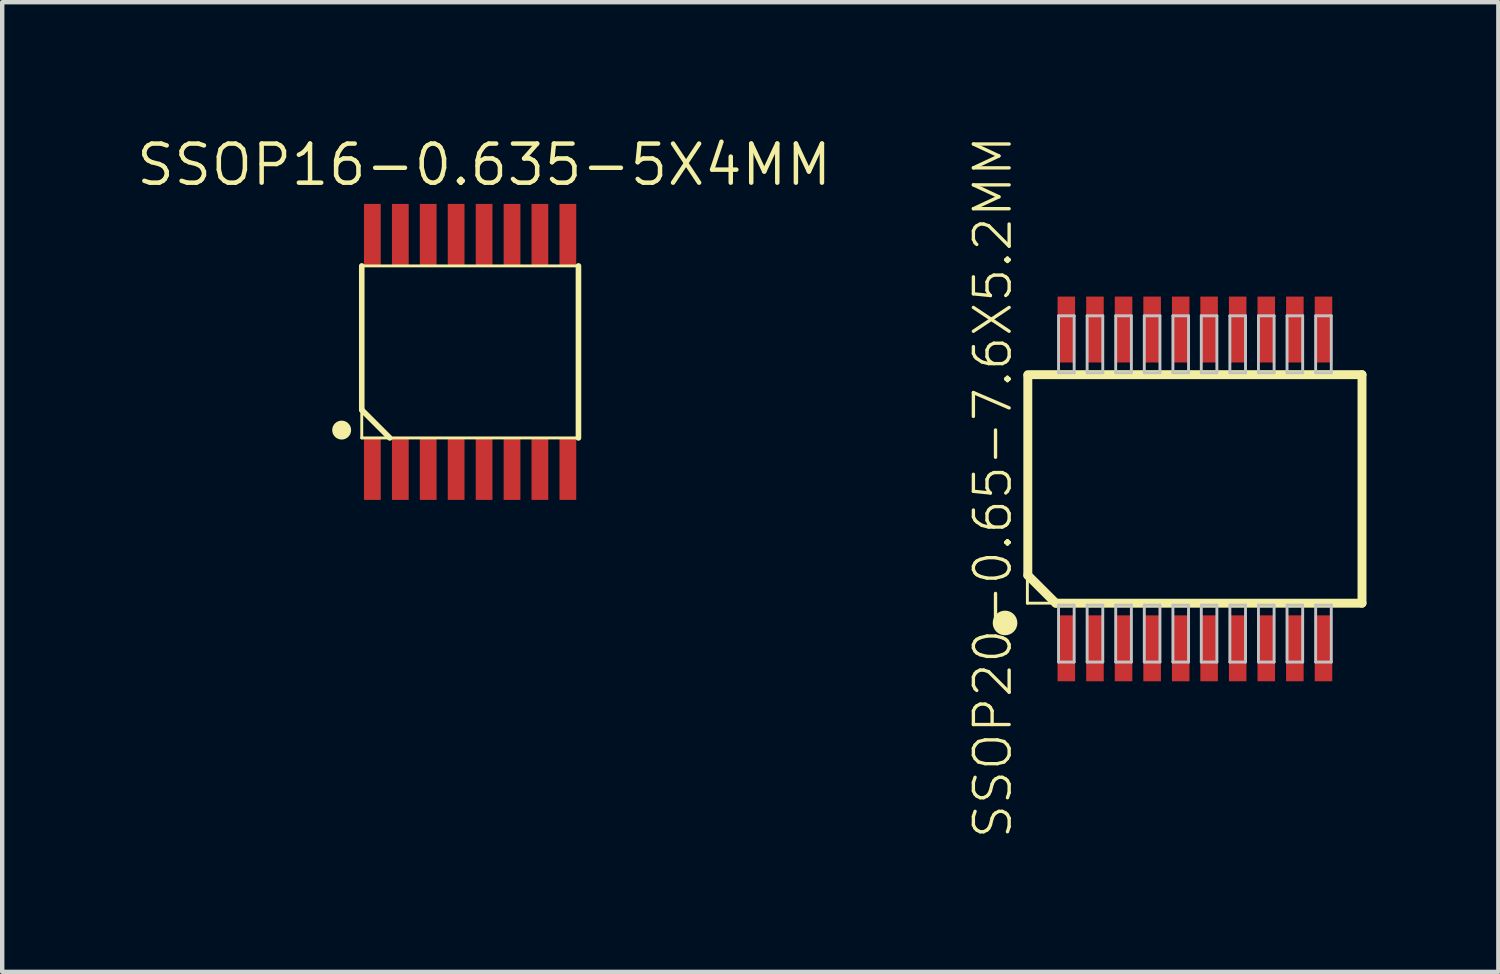
<source format=kicad_pcb>
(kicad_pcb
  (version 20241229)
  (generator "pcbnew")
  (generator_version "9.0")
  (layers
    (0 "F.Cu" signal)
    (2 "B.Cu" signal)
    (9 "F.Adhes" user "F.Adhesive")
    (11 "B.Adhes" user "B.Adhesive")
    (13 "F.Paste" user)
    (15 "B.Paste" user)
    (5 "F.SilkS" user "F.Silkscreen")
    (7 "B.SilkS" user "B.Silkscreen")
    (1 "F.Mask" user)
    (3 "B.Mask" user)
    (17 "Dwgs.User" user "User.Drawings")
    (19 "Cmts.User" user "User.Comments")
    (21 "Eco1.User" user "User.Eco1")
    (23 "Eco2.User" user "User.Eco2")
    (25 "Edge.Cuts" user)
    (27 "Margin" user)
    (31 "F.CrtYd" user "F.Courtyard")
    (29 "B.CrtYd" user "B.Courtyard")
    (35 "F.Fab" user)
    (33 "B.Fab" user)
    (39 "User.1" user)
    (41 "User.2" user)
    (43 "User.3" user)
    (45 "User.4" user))
  (footprint "SSOP16-0.635-5X4MM"
    (layer "F.Cu")
    (at 7.641 4.953)
    (property "Reference" "SSOP16-0.635-5X4MM" (at 0.318 -4.255 0) (layer "F.SilkS") (effects (font (size 0.889 0.889) (thickness 0.102))))
    (attr smd)
    (fp_line (start -2.464 -1.956) (end 2.464 -1.956) (stroke (width 0.066) (type solid)) (layer "F.SilkS"))
    (fp_line (start -2.464 1.318) (end -2.464 -1.956) (stroke (width 0.127) (type solid)) (layer "F.SilkS"))
    (fp_line (start -2.464 1.956) (end -2.464 -1.956) (stroke (width 0.066) (type solid)) (layer "F.SilkS"))
    (fp_line (start -2.464 1.956) (end 2.464 1.956) (stroke (width 0.066) (type solid)) (layer "F.SilkS"))
    (fp_line (start -1.826 1.956) (end -2.464 1.318) (stroke (width 0.127) (type solid)) (layer "F.SilkS"))
    (fp_line (start 2.464 -1.956) (end 2.464 1.956) (stroke (width 0.127) (type solid)) (layer "F.SilkS"))
    (fp_line (start 2.464 1.956) (end 2.464 -1.956) (stroke (width 0.066) (type solid)) (layer "F.SilkS"))
    (fp_circle (center -2.921 1.778) (end -3.073 1.93) (stroke (width 0) (type solid)) (fill yes) (layer "F.SilkS"))
    (pad "1" smd rect (at -2.223 2.667 90) (size 1.397 0.381) (layers "F.Cu" "F.Mask" "F.Paste"))
    (pad "2" smd rect (at -1.587 2.667 90) (size 1.397 0.381) (layers "F.Cu" "F.Mask" "F.Paste"))
    (pad "3" smd rect (at -0.953 2.667 90) (size 1.397 0.381) (layers "F.Cu" "F.Mask" "F.Paste"))
    (pad "4" smd rect (at -0.318 2.667 90) (size 1.397 0.381) (layers "F.Cu" "F.Mask" "F.Paste"))
    (pad "5" smd rect (at 0.318 2.667 90) (size 1.397 0.381) (layers "F.Cu" "F.Mask" "F.Paste"))
    (pad "6" smd rect (at 0.953 2.667 90) (size 1.397 0.381) (layers "F.Cu" "F.Mask" "F.Paste"))
    (pad "7" smd rect (at 1.587 2.667 90) (size 1.397 0.381) (layers "F.Cu" "F.Mask" "F.Paste"))
    (pad "8" smd rect (at 2.223 2.667 90) (size 1.397 0.381) (layers "F.Cu" "F.Mask" "F.Paste"))
    (pad "9" smd rect (at 2.223 -2.667 270) (size 1.397 0.381) (layers "F.Cu" "F.Mask" "F.Paste"))
    (pad "10" smd rect (at 1.587 -2.667 270) (size 1.397 0.381) (layers "F.Cu" "F.Mask" "F.Paste"))
    (pad "11" smd rect (at 0.953 -2.667 270) (size 1.397 0.381) (layers "F.Cu" "F.Mask" "F.Paste"))
    (pad "12" smd rect (at 0.318 -2.667 270) (size 1.397 0.381) (layers "F.Cu" "F.Mask" "F.Paste"))
    (pad "13" smd rect (at -0.318 -2.667 270) (size 1.397 0.381) (layers "F.Cu" "F.Mask" "F.Paste"))
    (pad "14" smd rect (at -0.953 -2.667 270) (size 1.397 0.381) (layers "F.Cu" "F.Mask" "F.Paste"))
    (pad "15" smd rect (at -1.587 -2.667 270) (size 1.397 0.381) (layers "F.Cu" "F.Mask" "F.Paste"))
    (pad "16" smd rect (at -2.223 -2.667 270) (size 1.397 0.381) (layers "F.Cu" "F.Mask" "F.Paste")))
  (footprint "SSOP20-0.65-7.6X5.2MM"
    (layer "F.Cu")
    (at 24.124 8.069)
    (property "Reference" "SSOP20-0.65-7.6X5.2MM" (at -4.597 -0.043 90) (layer "F.SilkS") (effects (font (size 0.813 0.813) (thickness 0.076))))
    (attr smd)
    (fp_line (start -3.823 -2.573) (end -3.8 -2.573) (stroke (width 0.127) (type solid)) (layer "F.SilkS"))
    (fp_line (start -3.81 -2.598) (end 3.81 -2.598) (stroke (width 0.066) (type solid)) (layer "F.SilkS"))
    (fp_line (start -3.81 2.598) (end -3.81 -2.598) (stroke (width 0.066) (type solid)) (layer "F.SilkS"))
    (fp_line (start -3.81 2.598) (end 3.81 2.598) (stroke (width 0.066) (type solid)) (layer "F.SilkS"))
    (fp_line (start -3.8 -2.573) (end -3.8 1.963) (stroke (width 0.203) (type solid)) (layer "F.SilkS"))
    (fp_line (start -3.8 1.963) (end -3.165 2.598) (stroke (width 0.203) (type solid)) (layer "F.SilkS"))
    (fp_line (start -3.165 2.598) (end 3.8 2.598) (stroke (width 0.203) (type solid)) (layer "F.SilkS"))
    (fp_line (start 3.8 -2.598) (end -3.8 -2.598) (stroke (width 0.203) (type solid)) (layer "F.SilkS"))
    (fp_line (start 3.8 2.598) (end 3.8 -2.598) (stroke (width 0.203) (type solid)) (layer "F.SilkS"))
    (fp_line (start 3.81 2.598) (end 3.81 -2.598) (stroke (width 0.066) (type solid)) (layer "F.SilkS"))
    (fp_circle (center -4.318 3.048) (end -4.516 3.246) (stroke (width 0) (type solid)) (fill yes) (layer "F.SilkS"))
    (fp_line (start -3.101 -3.937) (end -2.746 -3.937) (stroke (width 0.066) (type solid)) (layer "Dwgs.User"))
    (fp_line (start -3.101 -2.642) (end -3.101 -3.937) (stroke (width 0.066) (type solid)) (layer "Dwgs.User"))
    (fp_line (start -3.101 -2.642) (end -2.746 -2.642) (stroke (width 0.066) (type solid)) (layer "Dwgs.User"))
    (fp_line (start -3.101 2.642) (end -2.746 2.642) (stroke (width 0.066) (type solid)) (layer "Dwgs.User"))
    (fp_line (start -3.101 3.937) (end -3.101 2.642) (stroke (width 0.066) (type solid)) (layer "Dwgs.User"))
    (fp_line (start -3.101 3.937) (end -2.746 3.937) (stroke (width 0.066) (type solid)) (layer "Dwgs.User"))
    (fp_line (start -2.746 -2.642) (end -2.746 -3.937) (stroke (width 0.066) (type solid)) (layer "Dwgs.User"))
    (fp_line (start -2.746 3.937) (end -2.746 2.642) (stroke (width 0.066) (type solid)) (layer "Dwgs.User"))
    (fp_line (start -2.451 -3.937) (end -2.095 -3.937) (stroke (width 0.066) (type solid)) (layer "Dwgs.User"))
    (fp_line (start -2.451 -2.642) (end -2.451 -3.937) (stroke (width 0.066) (type solid)) (layer "Dwgs.User"))
    (fp_line (start -2.451 -2.642) (end -2.095 -2.642) (stroke (width 0.066) (type solid)) (layer "Dwgs.User"))
    (fp_line (start -2.451 2.642) (end -2.095 2.642) (stroke (width 0.066) (type solid)) (layer "Dwgs.User"))
    (fp_line (start -2.451 3.937) (end -2.451 2.642) (stroke (width 0.066) (type solid)) (layer "Dwgs.User"))
    (fp_line (start -2.451 3.937) (end -2.095 3.937) (stroke (width 0.066) (type solid)) (layer "Dwgs.User"))
    (fp_line (start -2.095 -2.642) (end -2.095 -3.937) (stroke (width 0.066) (type solid)) (layer "Dwgs.User"))
    (fp_line (start -2.095 3.937) (end -2.095 2.642) (stroke (width 0.066) (type solid)) (layer "Dwgs.User"))
    (fp_line (start -1.801 -3.937) (end -1.445 -3.937) (stroke (width 0.066) (type solid)) (layer "Dwgs.User"))
    (fp_line (start -1.801 -2.642) (end -1.801 -3.937) (stroke (width 0.066) (type solid)) (layer "Dwgs.User"))
    (fp_line (start -1.801 -2.642) (end -1.445 -2.642) (stroke (width 0.066) (type solid)) (layer "Dwgs.User"))
    (fp_line (start -1.801 2.642) (end -1.445 2.642) (stroke (width 0.066) (type solid)) (layer "Dwgs.User"))
    (fp_line (start -1.801 3.937) (end -1.801 2.642) (stroke (width 0.066) (type solid)) (layer "Dwgs.User"))
    (fp_line (start -1.801 3.937) (end -1.445 3.937) (stroke (width 0.066) (type solid)) (layer "Dwgs.User"))
    (fp_line (start -1.445 -2.642) (end -1.445 -3.937) (stroke (width 0.066) (type solid)) (layer "Dwgs.User"))
    (fp_line (start -1.445 3.937) (end -1.445 2.642) (stroke (width 0.066) (type solid)) (layer "Dwgs.User"))
    (fp_line (start -1.151 -3.937) (end -0.795 -3.937) (stroke (width 0.066) (type solid)) (layer "Dwgs.User"))
    (fp_line (start -1.151 -2.642) (end -1.151 -3.937) (stroke (width 0.066) (type solid)) (layer "Dwgs.User"))
    (fp_line (start -1.151 -2.642) (end -0.795 -2.642) (stroke (width 0.066) (type solid)) (layer "Dwgs.User"))
    (fp_line (start -1.151 2.642) (end -0.795 2.642) (stroke (width 0.066) (type solid)) (layer "Dwgs.User"))
    (fp_line (start -1.151 3.937) (end -1.151 2.642) (stroke (width 0.066) (type solid)) (layer "Dwgs.User"))
    (fp_line (start -1.151 3.937) (end -0.795 3.937) (stroke (width 0.066) (type solid)) (layer "Dwgs.User"))
    (fp_line (start -0.795 -2.642) (end -0.795 -3.937) (stroke (width 0.066) (type solid)) (layer "Dwgs.User"))
    (fp_line (start -0.795 3.937) (end -0.795 2.642) (stroke (width 0.066) (type solid)) (layer "Dwgs.User"))
    (fp_line (start -0.5 -3.937) (end -0.145 -3.937) (stroke (width 0.066) (type solid)) (layer "Dwgs.User"))
    (fp_line (start -0.5 -2.642) (end -0.5 -3.937) (stroke (width 0.066) (type solid)) (layer "Dwgs.User"))
    (fp_line (start -0.5 -2.642) (end -0.145 -2.642) (stroke (width 0.066) (type solid)) (layer "Dwgs.User"))
    (fp_line (start -0.5 2.642) (end -0.145 2.642) (stroke (width 0.066) (type solid)) (layer "Dwgs.User"))
    (fp_line (start -0.5 3.937) (end -0.5 2.642) (stroke (width 0.066) (type solid)) (layer "Dwgs.User"))
    (fp_line (start -0.5 3.937) (end -0.145 3.937) (stroke (width 0.066) (type solid)) (layer "Dwgs.User"))
    (fp_line (start -0.145 -2.642) (end -0.145 -3.937) (stroke (width 0.066) (type solid)) (layer "Dwgs.User"))
    (fp_line (start -0.145 3.937) (end -0.145 2.642) (stroke (width 0.066) (type solid)) (layer "Dwgs.User"))
    (fp_line (start 0.145 -3.937) (end 0.5 -3.937) (stroke (width 0.066) (type solid)) (layer "Dwgs.User"))
    (fp_line (start 0.145 -2.642) (end 0.145 -3.937) (stroke (width 0.066) (type solid)) (layer "Dwgs.User"))
    (fp_line (start 0.145 -2.642) (end 0.5 -2.642) (stroke (width 0.066) (type solid)) (layer "Dwgs.User"))
    (fp_line (start 0.145 2.642) (end 0.5 2.642) (stroke (width 0.066) (type solid)) (layer "Dwgs.User"))
    (fp_line (start 0.145 3.937) (end 0.145 2.642) (stroke (width 0.066) (type solid)) (layer "Dwgs.User"))
    (fp_line (start 0.145 3.937) (end 0.5 3.937) (stroke (width 0.066) (type solid)) (layer "Dwgs.User"))
    (fp_line (start 0.5 -2.642) (end 0.5 -3.937) (stroke (width 0.066) (type solid)) (layer "Dwgs.User"))
    (fp_line (start 0.5 3.937) (end 0.5 2.642) (stroke (width 0.066) (type solid)) (layer "Dwgs.User"))
    (fp_line (start 0.795 -3.937) (end 1.151 -3.937) (stroke (width 0.066) (type solid)) (layer "Dwgs.User"))
    (fp_line (start 0.795 -2.642) (end 0.795 -3.937) (stroke (width 0.066) (type solid)) (layer "Dwgs.User"))
    (fp_line (start 0.795 -2.642) (end 1.151 -2.642) (stroke (width 0.066) (type solid)) (layer "Dwgs.User"))
    (fp_line (start 0.795 2.642) (end 1.151 2.642) (stroke (width 0.066) (type solid)) (layer "Dwgs.User"))
    (fp_line (start 0.795 3.937) (end 0.795 2.642) (stroke (width 0.066) (type solid)) (layer "Dwgs.User"))
    (fp_line (start 0.795 3.937) (end 1.151 3.937) (stroke (width 0.066) (type solid)) (layer "Dwgs.User"))
    (fp_line (start 1.151 -2.642) (end 1.151 -3.937) (stroke (width 0.066) (type solid)) (layer "Dwgs.User"))
    (fp_line (start 1.151 3.937) (end 1.151 2.642) (stroke (width 0.066) (type solid)) (layer "Dwgs.User"))
    (fp_line (start 1.445 -3.937) (end 1.801 -3.937) (stroke (width 0.066) (type solid)) (layer "Dwgs.User"))
    (fp_line (start 1.445 -2.642) (end 1.445 -3.937) (stroke (width 0.066) (type solid)) (layer "Dwgs.User"))
    (fp_line (start 1.445 -2.642) (end 1.801 -2.642) (stroke (width 0.066) (type solid)) (layer "Dwgs.User"))
    (fp_line (start 1.445 2.642) (end 1.801 2.642) (stroke (width 0.066) (type solid)) (layer "Dwgs.User"))
    (fp_line (start 1.445 3.937) (end 1.445 2.642) (stroke (width 0.066) (type solid)) (layer "Dwgs.User"))
    (fp_line (start 1.445 3.937) (end 1.801 3.937) (stroke (width 0.066) (type solid)) (layer "Dwgs.User"))
    (fp_line (start 1.801 -2.642) (end 1.801 -3.937) (stroke (width 0.066) (type solid)) (layer "Dwgs.User"))
    (fp_line (start 1.801 3.937) (end 1.801 2.642) (stroke (width 0.066) (type solid)) (layer "Dwgs.User"))
    (fp_line (start 2.095 -3.937) (end 2.451 -3.937) (stroke (width 0.066) (type solid)) (layer "Dwgs.User"))
    (fp_line (start 2.095 -2.642) (end 2.095 -3.937) (stroke (width 0.066) (type solid)) (layer "Dwgs.User"))
    (fp_line (start 2.095 -2.642) (end 2.451 -2.642) (stroke (width 0.066) (type solid)) (layer "Dwgs.User"))
    (fp_line (start 2.095 2.642) (end 2.451 2.642) (stroke (width 0.066) (type solid)) (layer "Dwgs.User"))
    (fp_line (start 2.095 3.937) (end 2.095 2.642) (stroke (width 0.066) (type solid)) (layer "Dwgs.User"))
    (fp_line (start 2.095 3.937) (end 2.451 3.937) (stroke (width 0.066) (type solid)) (layer "Dwgs.User"))
    (fp_line (start 2.451 -2.642) (end 2.451 -3.937) (stroke (width 0.066) (type solid)) (layer "Dwgs.User"))
    (fp_line (start 2.451 3.937) (end 2.451 2.642) (stroke (width 0.066) (type solid)) (layer "Dwgs.User"))
    (fp_line (start 2.746 -3.937) (end 3.101 -3.937) (stroke (width 0.066) (type solid)) (layer "Dwgs.User"))
    (fp_line (start 2.746 -2.642) (end 2.746 -3.937) (stroke (width 0.066) (type solid)) (layer "Dwgs.User"))
    (fp_line (start 2.746 -2.642) (end 3.101 -2.642) (stroke (width 0.066) (type solid)) (layer "Dwgs.User"))
    (fp_line (start 2.746 2.642) (end 3.101 2.642) (stroke (width 0.066) (type solid)) (layer "Dwgs.User"))
    (fp_line (start 2.746 3.937) (end 2.746 2.642) (stroke (width 0.066) (type solid)) (layer "Dwgs.User"))
    (fp_line (start 2.746 3.937) (end 3.101 3.937) (stroke (width 0.066) (type solid)) (layer "Dwgs.User"))
    (fp_line (start 3.101 -2.642) (end 3.101 -3.937) (stroke (width 0.066) (type solid)) (layer "Dwgs.User"))
    (fp_line (start 3.101 3.937) (end 3.101 2.642) (stroke (width 0.066) (type solid)) (layer "Dwgs.User"))
    (pad "1" smd rect (at -2.924 3.625) (size 0.399 1.499) (layers "F.Cu" "F.Mask" "F.Paste"))
    (pad "2" smd rect (at -2.273 3.625) (size 0.399 1.499) (layers "F.Cu" "F.Mask" "F.Paste"))
    (pad "3" smd rect (at -1.623 3.625) (size 0.399 1.499) (layers "F.Cu" "F.Mask" "F.Paste"))
    (pad "4" smd rect (at -0.973 3.625) (size 0.399 1.499) (layers "F.Cu" "F.Mask" "F.Paste"))
    (pad "5" smd rect (at -0.323 3.625) (size 0.399 1.499) (layers "F.Cu" "F.Mask" "F.Paste"))
    (pad "6" smd rect (at 0.323 3.625) (size 0.399 1.499) (layers "F.Cu" "F.Mask" "F.Paste"))
    (pad "7" smd rect (at 0.973 3.625) (size 0.399 1.499) (layers "F.Cu" "F.Mask" "F.Paste"))
    (pad "8" smd rect (at 1.623 3.625) (size 0.399 1.499) (layers "F.Cu" "F.Mask" "F.Paste"))
    (pad "9" smd rect (at 2.273 3.625) (size 0.399 1.499) (layers "F.Cu" "F.Mask" "F.Paste"))
    (pad "10" smd rect (at 2.924 3.625) (size 0.399 1.499) (layers "F.Cu" "F.Mask" "F.Paste"))
    (pad "11" smd rect (at 2.924 -3.625) (size 0.399 1.499) (layers "F.Cu" "F.Mask" "F.Paste"))
    (pad "12" smd rect (at 2.273 -3.625) (size 0.399 1.499) (layers "F.Cu" "F.Mask" "F.Paste"))
    (pad "13" smd rect (at 1.623 -3.625) (size 0.399 1.499) (layers "F.Cu" "F.Mask" "F.Paste"))
    (pad "14" smd rect (at 0.973 -3.625) (size 0.399 1.499) (layers "F.Cu" "F.Mask" "F.Paste"))
    (pad "15" smd rect (at 0.323 -3.625) (size 0.399 1.499) (layers "F.Cu" "F.Mask" "F.Paste"))
    (pad "16" smd rect (at -0.323 -3.625) (size 0.399 1.499) (layers "F.Cu" "F.Mask" "F.Paste"))
    (pad "17" smd rect (at -0.973 -3.625) (size 0.399 1.499) (layers "F.Cu" "F.Mask" "F.Paste"))
    (pad "18" smd rect (at -1.623 -3.625) (size 0.399 1.499) (layers "F.Cu" "F.Mask" "F.Paste"))
    (pad "19" smd rect (at -2.273 -3.625) (size 0.399 1.499) (layers "F.Cu" "F.Mask" "F.Paste"))
    (pad "20" smd rect (at -2.924 -3.625) (size 0.399 1.499) (layers "F.Cu" "F.Mask" "F.Paste")))
  (gr_rect
    (start -3 -3)
    (end 31.025 19.051)
    (stroke (width 0.1) (type default))
    (fill no)
    (layer "Edge.Cuts")))
</source>
